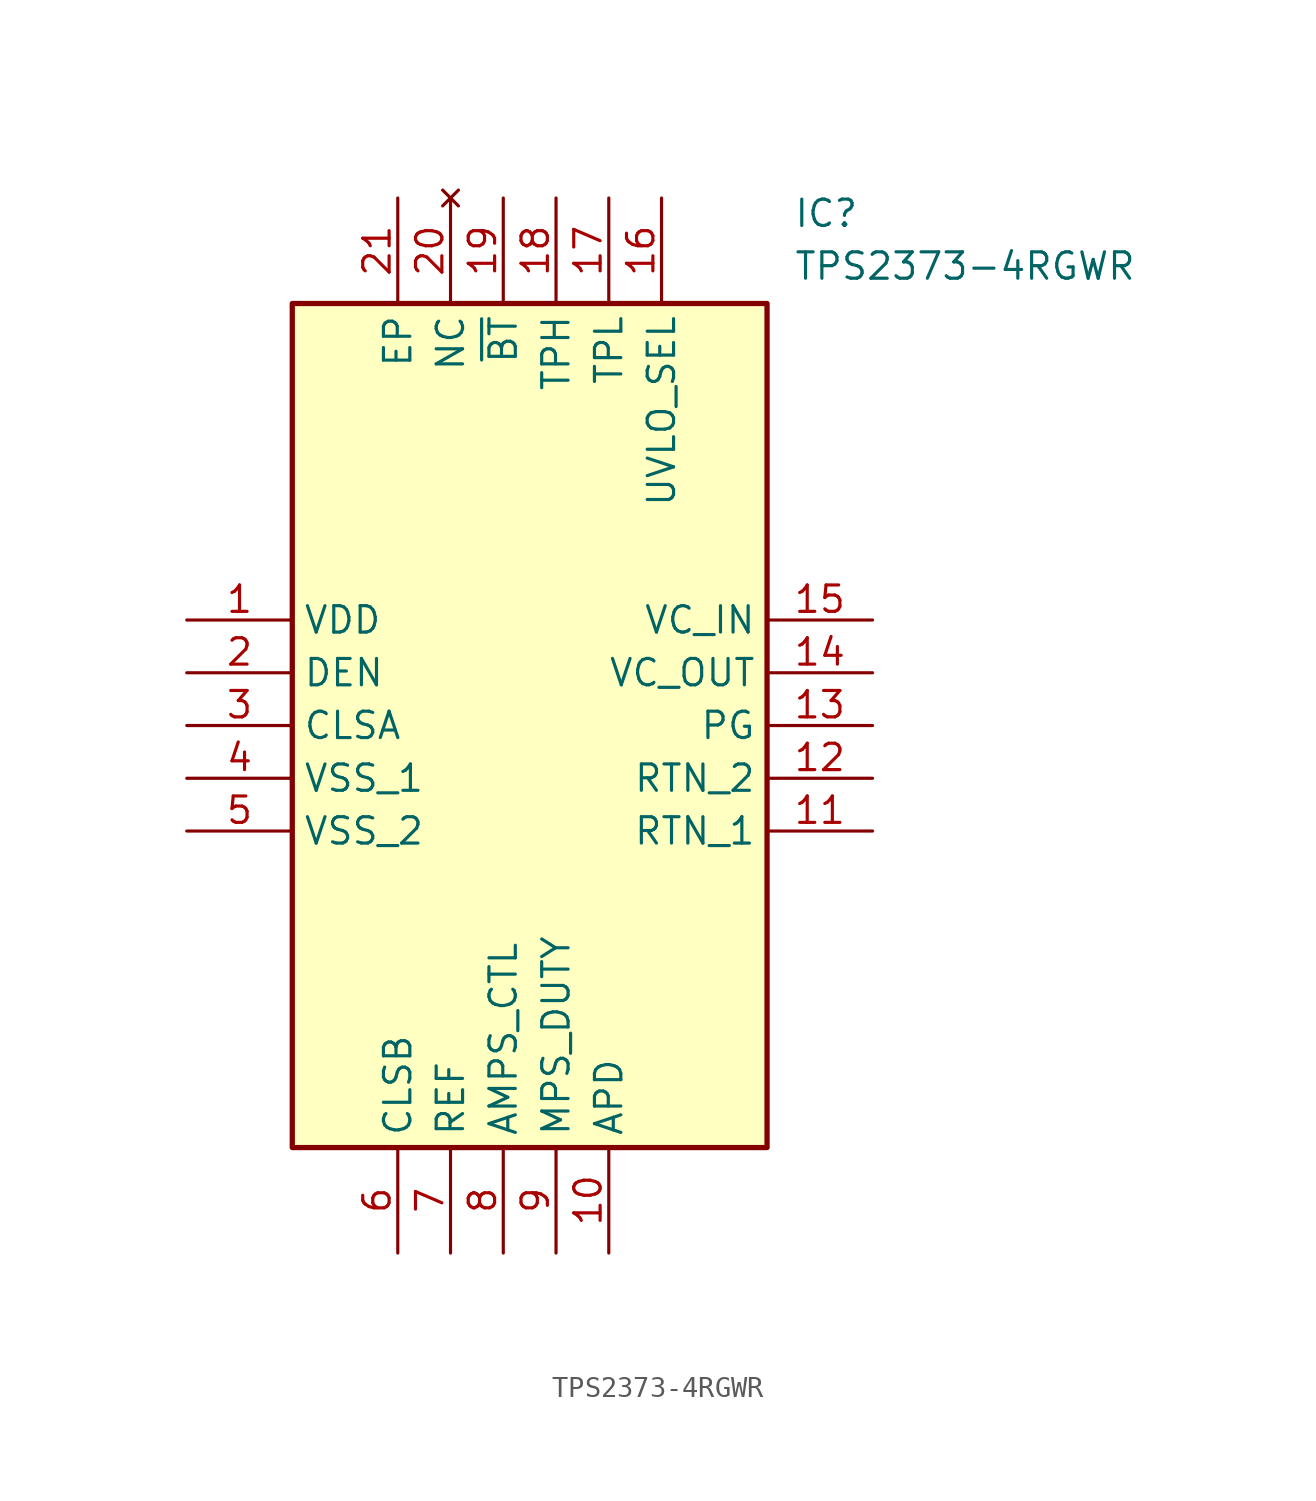
<source format=kicad_sym>
(kicad_symbol_lib
  (version 20211014)
  (generator SamacSys_ECAD_Model)
  (symbol "TPS2373-4RGWR"
    (property "Reference" "IC"
      (at 29.21 20.32 0)
      (effects (font (size 1.27 1.27)) (justify left top)))
    (property "Value" "TPS2373-4RGWR"
      (at 29.21 17.78 0)
      (effects (font (size 1.27 1.27)) (justify left top)))
    (rectangle
      (start 5.08 15.24)
      (end 27.94 -25.4)
      (stroke (width 0.254) (type default))
      (fill (type background)))
    (pin passive line
      (at 0 0 0)
      (length 5.08)
      (name "VDD" (effects (font (size 1.27 1.27))))
      (number "1" (effects (font (size 1.27 1.27)))))
    (pin passive line
      (at 0 -2.54 0)
      (length 5.08)
      (name "DEN" (effects (font (size 1.27 1.27))))
      (number "2" (effects (font (size 1.27 1.27)))))
    (pin passive line
      (at 0 -5.08 0)
      (length 5.08)
      (name "CLSA" (effects (font (size 1.27 1.27))))
      (number "3" (effects (font (size 1.27 1.27)))))
    (pin passive line
      (at 0 -7.62 0)
      (length 5.08)
      (name "VSS_1" (effects (font (size 1.27 1.27))))
      (number "4" (effects (font (size 1.27 1.27)))))
    (pin passive line
      (at 0 -10.16 0)
      (length 5.08)
      (name "VSS_2" (effects (font (size 1.27 1.27))))
      (number "5" (effects (font (size 1.27 1.27)))))
    (pin passive line
      (at 10.16 -30.48 90)
      (length 5.08)
      (name "CLSB" (effects (font (size 1.27 1.27))))
      (number "6" (effects (font (size 1.27 1.27)))))
    (pin passive line
      (at 12.7 -30.48 90)
      (length 5.08)
      (name "REF" (effects (font (size 1.27 1.27))))
      (number "7" (effects (font (size 1.27 1.27)))))
    (pin passive line
      (at 15.24 -30.48 90)
      (length 5.08)
      (name "AMPS_CTL" (effects (font (size 1.27 1.27))))
      (number "8" (effects (font (size 1.27 1.27)))))
    (pin passive line
      (at 17.78 -30.48 90)
      (length 5.08)
      (name "MPS_DUTY" (effects (font (size 1.27 1.27))))
      (number "9" (effects (font (size 1.27 1.27)))))
    (pin passive line
      (at 20.32 -30.48 90)
      (length 5.08)
      (name "APD" (effects (font (size 1.27 1.27))))
      (number "10" (effects (font (size 1.27 1.27)))))
    (pin passive line
      (at 33.02 0 180)
      (length 5.08)
      (name "VC_IN" (effects (font (size 1.27 1.27))))
      (number "15" (effects (font (size 1.27 1.27)))))
    (pin passive line
      (at 33.02 -2.54 180)
      (length 5.08)
      (name "VC_OUT" (effects (font (size 1.27 1.27))))
      (number "14" (effects (font (size 1.27 1.27)))))
    (pin passive line
      (at 33.02 -5.08 180)
      (length 5.08)
      (name "PG" (effects (font (size 1.27 1.27))))
      (number "13" (effects (font (size 1.27 1.27)))))
    (pin passive line
      (at 33.02 -7.62 180)
      (length 5.08)
      (name "RTN_2" (effects (font (size 1.27 1.27))))
      (number "12" (effects (font (size 1.27 1.27)))))
    (pin passive line
      (at 33.02 -10.16 180)
      (length 5.08)
      (name "RTN_1" (effects (font (size 1.27 1.27))))
      (number "11" (effects (font (size 1.27 1.27)))))
    (pin passive line
      (at 10.16 20.32 270)
      (length 5.08)
      (name "EP" (effects (font (size 1.27 1.27))))
      (number "21" (effects (font (size 1.27 1.27)))))
    (pin no_connect line
      (at 12.7 20.32 270)
      (length 5.08)
      (name "NC" (effects (font (size 1.27 1.27))))
      (number "20" (effects (font (size 1.27 1.27)))))
    (pin passive line
      (at 15.24 20.32 270)
      (length 5.08)
      (name "~{BT}" (effects (font (size 1.27 1.27))))
      (number "19" (effects (font (size 1.27 1.27)))))
    (pin passive line
      (at 17.78 20.32 270)
      (length 5.08)
      (name "TPH" (effects (font (size 1.27 1.27))))
      (number "18" (effects (font (size 1.27 1.27)))))
    (pin passive line
      (at 20.32 20.32 270)
      (length 5.08)
      (name "TPL" (effects (font (size 1.27 1.27))))
      (number "17" (effects (font (size 1.27 1.27)))))
    (pin passive line
      (at 22.86 20.32 270)
      (length 5.08)
      (name "UVLO_SEL" (effects (font (size 1.27 1.27))))
      (number "16" (effects (font (size 1.27 1.27)))))))
</source>
